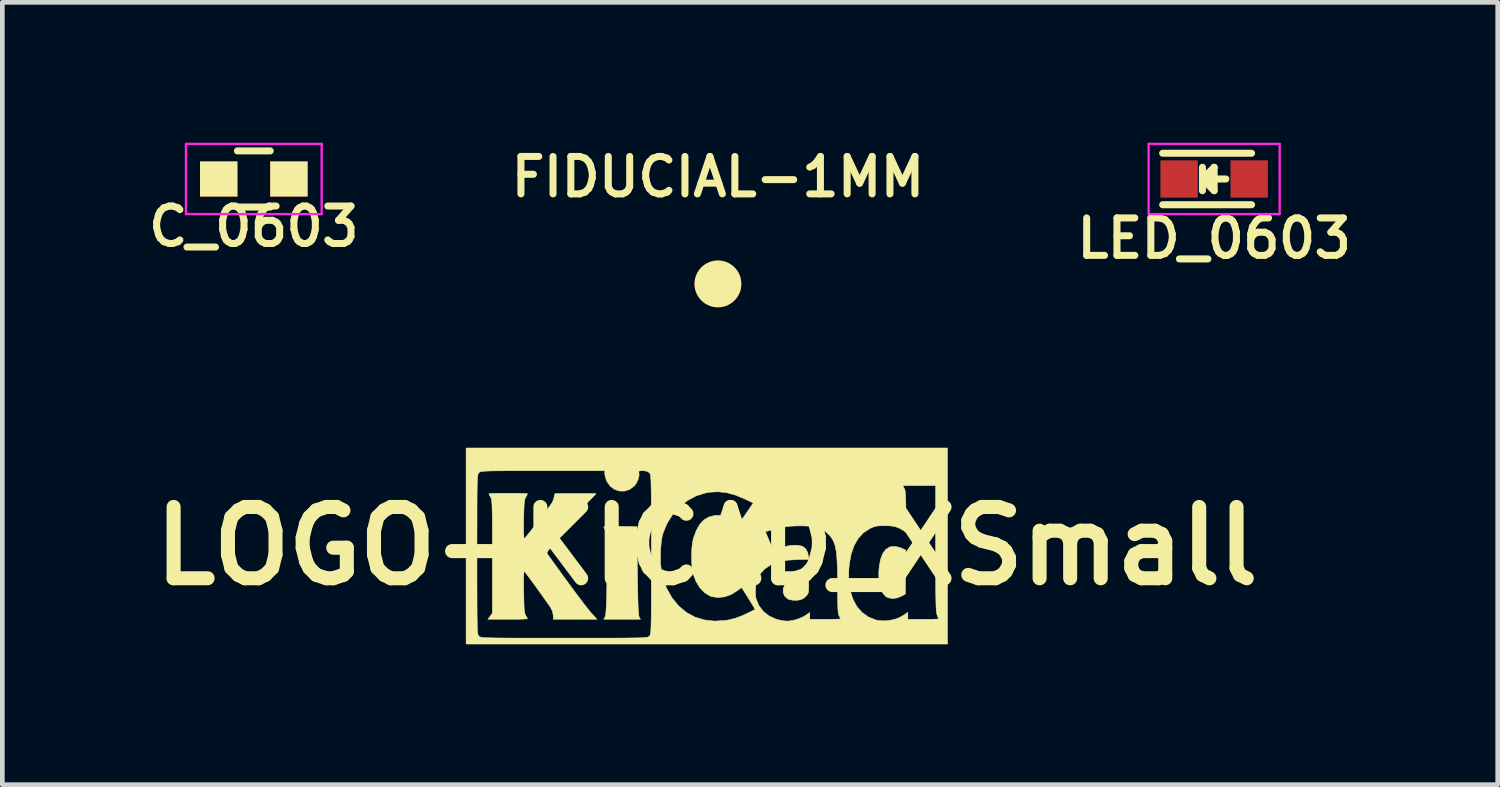
<source format=kicad_pcb>
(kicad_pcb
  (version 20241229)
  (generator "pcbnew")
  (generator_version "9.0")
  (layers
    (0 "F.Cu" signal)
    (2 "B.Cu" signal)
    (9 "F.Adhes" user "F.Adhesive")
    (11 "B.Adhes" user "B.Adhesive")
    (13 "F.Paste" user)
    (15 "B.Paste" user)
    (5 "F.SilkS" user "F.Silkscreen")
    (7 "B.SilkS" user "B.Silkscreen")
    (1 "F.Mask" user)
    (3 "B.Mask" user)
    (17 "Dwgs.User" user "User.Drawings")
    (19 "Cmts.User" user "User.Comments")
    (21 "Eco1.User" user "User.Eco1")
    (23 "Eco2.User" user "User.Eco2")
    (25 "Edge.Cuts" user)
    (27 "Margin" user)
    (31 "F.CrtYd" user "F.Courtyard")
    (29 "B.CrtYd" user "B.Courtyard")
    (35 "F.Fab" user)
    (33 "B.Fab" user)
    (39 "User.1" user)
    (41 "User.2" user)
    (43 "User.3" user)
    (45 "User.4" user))
  (footprint "FIDUCIAL-1MM"
    (layer "F.Cu")
    (at 12.292 3.017)
    (property "Reference" "FIDUCIAL-1MM" (at 0 -2.286 0) (layer "F.SilkS") (effects (font (size 0.8 0.8) (thickness 0.15))))
    (attr exclude_from_pos_files exclude_from_bom)
    (pad "~" smd circle (at 0 0) (size 1 1) (layers "F.Cu" "F.Mask" "F.SilkS")))
  (footprint "C_0603"
    (layer "F.Cu")
    (at 2.374 0.775)
    (property "Reference" "C_0603" (at 0 1.016 0) (layer "F.SilkS") (effects (font (size 0.8 0.8) (thickness 0.15))))
    (attr smd)
    (fp_line (start -0.35 -0.6) (end 0.35 -0.6) (stroke (width 0.15) (type solid)) (layer "F.SilkS"))
    (fp_line (start 0.35 0.6) (end -0.35 0.6) (stroke (width 0.15) (type solid)) (layer "F.SilkS"))
    (fp_line (start -1.45 -0.75) (end -1.45 0.75) (stroke (width 0.05) (type solid)) (layer "F.CrtYd"))
    (fp_line (start -1.45 -0.75) (end 1.45 -0.75) (stroke (width 0.05) (type solid)) (layer "F.CrtYd"))
    (fp_line (start -1.45 0.75) (end 1.45 0.75) (stroke (width 0.05) (type solid)) (layer "F.CrtYd"))
    (fp_line (start 1.45 -0.75) (end 1.45 0.75) (stroke (width 0.05) (type solid)) (layer "F.CrtYd"))
    (pad "1" smd rect (at -0.75 0) (size 0.8 0.75) (layers "F.Cu" "F.Mask" "F.SilkS" "F.Paste"))
    (pad "2" smd rect (at 0.75 0) (size 0.8 0.75) (layers "F.Cu" "F.Mask" "F.SilkS" "F.Paste")))
  (footprint "LED_0603"
    (layer "F.Cu")
    (at 22.896 0.775)
    (property "Reference" "LED_0603" (at 0 1.27 0) (layer "F.SilkS") (effects (font (size 0.8 0.8) (thickness 0.15))))
    (attr smd)
    (fp_line (start -1.1 -0.55) (end 0.8 -0.55) (stroke (width 0.15) (type solid)) (layer "F.SilkS"))
    (fp_line (start -1.1 0.55) (end 0.8 0.55) (stroke (width 0.15) (type solid)) (layer "F.SilkS"))
    (fp_line (start -0.25 -0.25) (end -0.25 0.25) (stroke (width 0.15) (type solid)) (layer "F.SilkS"))
    (fp_line (start -0.25 0) (end 0 -0.25) (stroke (width 0.15) (type solid)) (layer "F.SilkS"))
    (fp_line (start -0.2 0) (end 0.25 0) (stroke (width 0.15) (type solid)) (layer "F.SilkS"))
    (fp_line (start 0 -0.25) (end 0 0.25) (stroke (width 0.15) (type solid)) (layer "F.SilkS"))
    (fp_line (start 0 0.25) (end -0.25 0) (stroke (width 0.15) (type solid)) (layer "F.SilkS"))
    (fp_line (start -1.4 -0.75) (end 1.4 -0.75) (stroke (width 0.05) (type solid)) (layer "F.CrtYd"))
    (fp_line (start -1.4 0.75) (end -1.4 -0.75) (stroke (width 0.05) (type solid)) (layer "F.CrtYd"))
    (fp_line (start 1.4 -0.75) (end 1.4 0.75) (stroke (width 0.05) (type solid)) (layer "F.CrtYd"))
    (fp_line (start 1.4 0.75) (end -1.4 0.75) (stroke (width 0.05) (type solid)) (layer "F.CrtYd"))
    (pad "1" smd rect (at -0.749 0 180) (size 0.798 0.798) (layers "F.Cu" "F.Mask" "F.Paste"))
    (pad "2" smd rect (at 0.749 0 180) (size 0.798 0.798) (layers "F.Cu" "F.Mask" "F.Paste")))
  (footprint "LOGO-KICAD_XSmall"
    (layer "F.Cu")
    (at 12.054 8.618)
    (property "Reference" "LOGO-KICAD_XSmall" (at 0 0 0) (layer "F.SilkS") (effects (font (size 1.524 1.524) (thickness 0.3))))
    (attr through_hole)
    (fp_poly (pts (xy 4.125 0.031) (xy 4.178 0.053) (xy 4.255 0.09) (xy 4.244 1.025) (xy 4.159 1.073) (xy 4.062 1.111) (xy 3.961 1.122) (xy 3.871 1.104) (xy 3.823 1.078) (xy 3.752 0.995) (xy 3.704 0.879) (xy 3.678 0.73) (xy 3.676 0.55) (xy 3.684 0.448) (xy 3.712 0.286) (xy 3.76 0.161) (xy 3.826 0.072) (xy 3.91 0.02) (xy 4.01 0.006) (xy 4.125 0.031)) (stroke (width 0.01) (type solid)) (fill yes) (layer "F.SilkS"))
    (fp_poly (pts (xy 2.133 0.691) (xy 2.157 0.701) (xy 2.172 0.721) (xy 2.178 0.762) (xy 2.18 0.833) (xy 2.18 0.857) (xy 2.178 0.941) (xy 2.17 0.996) (xy 2.153 1.034) (xy 2.128 1.066) (xy 2.076 1.111) (xy 2.023 1.143) (xy 2.021 1.143) (xy 1.938 1.161) (xy 1.844 1.16) (xy 1.759 1.143) (xy 1.731 1.131) (xy 1.665 1.074) (xy 1.632 0.998) (xy 1.632 0.913) (xy 1.667 0.83) (xy 1.684 0.806) (xy 1.756 0.749) (xy 1.854 0.707) (xy 1.965 0.683) (xy 2.075 0.681) (xy 2.133 0.691)) (stroke (width 0.01) (type solid)) (fill yes) (layer "F.SilkS"))
    (fp_poly (pts (xy -1.847 -0.419) (xy -1.492 -0.413) (xy -1.482 0.529) (xy -1.479 0.77) (xy -1.475 0.971) (xy -1.472 1.136) (xy -1.468 1.268) (xy -1.463 1.369) (xy -1.458 1.442) (xy -1.452 1.49) (xy -1.445 1.516) (xy -1.444 1.519) (xy -1.417 1.566) (xy -2.202 1.566) (xy -2.17 1.504) (xy -2.161 1.466) (xy -2.154 1.391) (xy -2.148 1.286) (xy -2.143 1.155) (xy -2.139 1.005) (xy -2.136 0.841) (xy -2.135 0.668) (xy -2.135 0.493) (xy -2.136 0.321) (xy -2.139 0.157) (xy -2.142 0.007) (xy -2.147 -0.123) (xy -2.153 -0.228) (xy -2.161 -0.301) (xy -2.169 -0.338) (xy -2.17 -0.339) (xy -2.192 -0.382) (xy -2.201 -0.408) (xy -2.181 -0.413) (xy -2.126 -0.417) (xy -2.042 -0.419) (xy -1.937 -0.419) (xy -1.847 -0.419)) (stroke (width 0.01) (type solid)) (fill yes) (layer "F.SilkS"))
    (fp_poly (pts (xy -4.158 -1.127) (xy -4.05 -1.126) (xy -3.956 -1.124) (xy -3.883 -1.122) (xy -3.84 -1.118) (xy -3.831 -1.116) (xy -3.842 -1.088) (xy -3.867 -1.044) (xy -3.868 -1.043) (xy -3.881 -1.017) (xy -3.891 -0.983) (xy -3.899 -0.932) (xy -3.904 -0.86) (xy -3.908 -0.76) (xy -3.911 -0.627) (xy -3.912 -0.562) (xy -3.914 -0.399) (xy -3.913 -0.278) (xy -3.909 -0.198) (xy -3.903 -0.161) (xy -3.898 -0.159) (xy -3.866 -0.195) (xy -3.815 -0.257) (xy -3.749 -0.339) (xy -3.674 -0.435) (xy -3.594 -0.538) (xy -3.515 -0.641) (xy -3.442 -0.738) (xy -3.379 -0.823) (xy -3.331 -0.89) (xy -3.303 -0.931) (xy -3.301 -0.936) (xy -3.274 -0.999) (xy -3.26 -1.058) (xy -3.26 -1.068) (xy -3.249 -1.111) (xy -3.228 -1.122) (xy -3.197 -1.122) (xy -3.132 -1.123) (xy -3.042 -1.123) (xy -2.934 -1.123) (xy -2.818 -1.123) (xy -2.7 -1.123) (xy -2.589 -1.123) (xy -2.493 -1.123) (xy -2.42 -1.123) (xy -2.378 -1.122) (xy -2.372 -1.122) (xy -2.376 -1.109) (xy -2.406 -1.074) (xy -2.455 -1.025) (xy -2.467 -1.013) (xy -2.509 -0.969) (xy -2.573 -0.898) (xy -2.655 -0.803) (xy -2.75 -0.69) (xy -2.854 -0.565) (xy -2.963 -0.432) (xy -3.004 -0.381) (xy -3.427 0.143) (xy -3.015 0.712) (xy -2.909 0.856) (xy -2.806 0.996) (xy -2.708 1.126) (xy -2.621 1.241) (xy -2.548 1.334) (xy -2.493 1.402) (xy -2.475 1.423) (xy -2.347 1.566) (xy -3.281 1.566) (xy -3.281 1.486) (xy -3.299 1.393) (xy -3.341 1.311) (xy -3.369 1.269) (xy -3.416 1.202) (xy -3.477 1.116) (xy -3.547 1.018) (xy -3.621 0.915) (xy -3.695 0.813) (xy -3.765 0.718) (xy -3.825 0.637) (xy -3.87 0.576) (xy -3.897 0.543) (xy -3.899 0.54) (xy -3.906 0.553) (xy -3.91 0.605) (xy -3.913 0.694) (xy -3.914 0.817) (xy -3.912 0.971) (xy -3.912 0.975) (xy -3.909 1.129) (xy -3.906 1.247) (xy -3.902 1.335) (xy -3.896 1.397) (xy -3.888 1.44) (xy -3.878 1.471) (xy -3.868 1.487) (xy -3.842 1.53) (xy -3.831 1.555) (xy -3.831 1.555) (xy -3.851 1.558) (xy -3.907 1.561) (xy -3.993 1.564) (xy -4.102 1.566) (xy -4.228 1.566) (xy -4.255 1.566) (xy -4.679 1.566) (xy -4.631 1.501) (xy -4.583 1.436) (xy -4.583 0.225) (xy -4.583 -0.032) (xy -4.583 -0.251) (xy -4.583 -0.434) (xy -4.584 -0.584) (xy -4.586 -0.706) (xy -4.588 -0.803) (xy -4.59 -0.877) (xy -4.594 -0.934) (xy -4.598 -0.975) (xy -4.604 -1.004) (xy -4.611 -1.025) (xy -4.619 -1.041) (xy -4.624 -1.049) (xy -4.648 -1.091) (xy -4.656 -1.116) (xy -4.655 -1.117) (xy -4.63 -1.121) (xy -4.571 -1.124) (xy -4.486 -1.126) (xy -4.384 -1.127) (xy -4.272 -1.127) (xy -4.158 -1.127)) (stroke (width 0.01) (type solid)) (fill yes) (layer "F.SilkS"))
    (fp_poly (pts (xy 5.144 2.095) (xy -5.144 2.095) (xy -5.144 0.18) (xy -4.911 0.18) (xy -4.911 0.488) (xy -4.911 0.757) (xy -4.91 0.989) (xy -4.91 1.187) (xy -4.909 1.354) (xy -4.908 1.493) (xy -4.906 1.606) (xy -4.904 1.696) (xy -4.902 1.766) (xy -4.898 1.819) (xy -4.895 1.858) (xy -4.89 1.885) (xy -4.884 1.903) (xy -4.878 1.915) (xy -4.871 1.924) (xy -4.868 1.926) (xy -4.86 1.934) (xy -4.849 1.94) (xy -4.833 1.946) (xy -4.81 1.951) (xy -4.775 1.955) (xy -4.728 1.958) (xy -4.664 1.961) (xy -4.581 1.963) (xy -4.477 1.965) (xy -4.349 1.966) (xy -4.194 1.967) (xy -4.008 1.968) (xy -3.791 1.968) (xy -3.538 1.968) (xy -3.248 1.968) (xy -3.048 1.968) (xy -2.733 1.968) (xy -2.457 1.968) (xy -2.218 1.968) (xy -2.013 1.968) (xy -1.84 1.967) (xy -1.695 1.966) (xy -1.576 1.964) (xy -1.481 1.963) (xy -1.406 1.96) (xy -1.348 1.957) (xy -1.306 1.953) (xy -1.276 1.949) (xy -1.256 1.944) (xy -1.242 1.938) (xy -1.233 1.931) (xy -1.228 1.926) (xy -1.22 1.918) (xy -1.213 1.907) (xy -1.208 1.891) (xy -1.203 1.866) (xy -1.199 1.831) (xy -1.195 1.782) (xy -1.192 1.717) (xy -1.19 1.633) (xy -1.188 1.527) (xy -1.187 1.395) (xy -1.186 1.237) (xy -1.186 1.047) (xy -1.186 0.825) (xy -1.185 0.567) (xy -1.185 0.358) (xy -0.989 0.358) (xy -0.967 0.56) (xy -0.921 0.745) (xy -0.858 0.904) (xy -0.741 1.11) (xy -0.6 1.282) (xy -0.437 1.418) (xy -0.254 1.518) (xy -0.052 1.58) (xy 0.167 1.605) (xy 0.402 1.59) (xy 0.48 1.577) (xy 0.622 1.539) (xy 0.777 1.48) (xy 0.84 1.45) (xy 1.035 1.354) (xy 0.895 1.127) (xy 0.842 1.04) (xy 0.805 0.982) (xy 1.04 0.982) (xy 1.047 1.091) (xy 1.056 1.136) (xy 1.115 1.275) (xy 1.208 1.396) (xy 1.329 1.493) (xy 1.472 1.56) (xy 1.542 1.579) (xy 1.641 1.598) (xy 1.718 1.605) (xy 1.79 1.599) (xy 1.877 1.581) (xy 1.895 1.576) (xy 1.983 1.547) (xy 2.069 1.507) (xy 2.111 1.482) (xy 2.201 1.419) (xy 2.201 1.566) (xy 2.529 1.566) (xy 2.642 1.566) (xy 2.738 1.564) (xy 2.81 1.562) (xy 2.851 1.56) (xy 2.857 1.558) (xy 2.849 1.536) (xy 2.827 1.492) (xy 2.826 1.489) (xy 2.816 1.464) (xy 2.809 1.425) (xy 2.803 1.368) (xy 2.799 1.289) (xy 2.796 1.182) (xy 2.795 1.044) (xy 2.794 0.868) (xy 2.794 0.847) (xy 2.793 0.618) (xy 2.791 0.519) (xy 3.034 0.519) (xy 3.035 0.747) (xy 3.065 0.953) (xy 3.123 1.136) (xy 3.208 1.293) (xy 3.319 1.42) (xy 3.453 1.516) (xy 3.609 1.579) (xy 3.648 1.588) (xy 3.76 1.599) (xy 3.887 1.592) (xy 4.008 1.569) (xy 4.081 1.544) (xy 4.153 1.509) (xy 4.219 1.47) (xy 4.234 1.46) (xy 4.297 1.415) (xy 4.297 1.566) (xy 4.625 1.566) (xy 4.737 1.566) (xy 4.833 1.565) (xy 4.905 1.562) (xy 4.946 1.56) (xy 4.953 1.558) (xy 4.946 1.536) (xy 4.927 1.489) (xy 4.921 1.474) (xy 4.915 1.454) (xy 4.909 1.424) (xy 4.904 1.381) (xy 4.9 1.322) (xy 4.897 1.244) (xy 4.895 1.145) (xy 4.893 1.02) (xy 4.891 0.867) (xy 4.89 0.683) (xy 4.89 0.464) (xy 4.89 0.208) (xy 4.889 0.054) (xy 4.889 -1.291) (xy 4.19 -1.291) (xy 4.222 -1.229) (xy 4.234 -1.198) (xy 4.242 -1.154) (xy 4.248 -1.09) (xy 4.252 -1.001) (xy 4.254 -0.881) (xy 4.255 -0.73) (xy 4.255 -0.293) (xy 4.196 -0.334) (xy 4.111 -0.383) (xy 4.022 -0.414) (xy 3.916 -0.43) (xy 3.799 -0.434) (xy 3.7 -0.432) (xy 3.628 -0.425) (xy 3.568 -0.409) (xy 3.504 -0.382) (xy 3.489 -0.375) (xy 3.35 -0.285) (xy 3.236 -0.162) (xy 3.147 -0.007) (xy 3.083 0.181) (xy 3.044 0.403) (xy 3.034 0.519) (xy 2.791 0.519) (xy 2.789 0.428) (xy 2.781 0.27) (xy 2.77 0.141) (xy 2.752 0.036) (xy 2.729 -0.05) (xy 2.699 -0.12) (xy 2.661 -0.181) (xy 2.615 -0.236) (xy 2.591 -0.26) (xy 2.511 -0.326) (xy 2.425 -0.374) (xy 2.324 -0.406) (xy 2.201 -0.424) (xy 2.046 -0.43) (xy 2 -0.43) (xy 1.869 -0.428) (xy 1.764 -0.421) (xy 1.668 -0.409) (xy 1.566 -0.387) (xy 1.489 -0.368) (xy 1.253 -0.307) (xy 1.338 -0.103) (xy 1.422 0.101) (xy 1.55 0.049) (xy 1.645 0.018) (xy 1.753 -0.006) (xy 1.823 -0.015) (xy 1.95 -0.016) (xy 2.046 0.007) (xy 2.112 0.057) (xy 2.155 0.136) (xy 2.171 0.206) (xy 2.184 0.287) (xy 1.965 0.289) (xy 1.732 0.303) (xy 1.532 0.341) (xy 1.366 0.405) (xy 1.232 0.494) (xy 1.13 0.608) (xy 1.095 0.667) (xy 1.065 0.753) (xy 1.046 0.864) (xy 1.04 0.982) (xy 0.805 0.982) (xy 0.796 0.968) (xy 0.764 0.916) (xy 0.749 0.892) (xy 0.749 0.892) (xy 0.73 0.899) (xy 0.69 0.927) (xy 0.659 0.95) (xy 0.525 1.035) (xy 0.383 1.086) (xy 0.241 1.102) (xy 0.107 1.082) (xy 0.068 1.068) (xy -0.047 0.998) (xy -0.148 0.893) (xy -0.231 0.758) (xy -0.291 0.6) (xy -0.298 0.572) (xy -0.315 0.468) (xy -0.325 0.339) (xy -0.326 0.198) (xy -0.32 0.059) (xy -0.307 -0.066) (xy -0.288 -0.158) (xy -0.226 -0.329) (xy -0.151 -0.462) (xy -0.062 -0.558) (xy 0.045 -0.621) (xy 0.172 -0.652) (xy 0.254 -0.656) (xy 0.399 -0.641) (xy 0.527 -0.591) (xy 0.609 -0.537) (xy 0.658 -0.506) (xy 0.693 -0.497) (xy 0.699 -0.5) (xy 0.718 -0.524) (xy 0.755 -0.575) (xy 0.805 -0.646) (xy 0.855 -0.719) (xy 0.993 -0.919) (xy 0.82 -1.001) (xy 0.615 -1.087) (xy 0.426 -1.139) (xy 0.245 -1.159) (xy 0.062 -1.149) (xy -0.032 -1.132) (xy -0.231 -1.069) (xy -0.417 -0.969) (xy -0.584 -0.836) (xy -0.729 -0.673) (xy -0.847 -0.486) (xy -0.934 -0.277) (xy -0.941 -0.254) (xy -0.958 -0.18) (xy -0.973 -0.076) (xy -0.984 0.046) (xy -0.989 0.128) (xy -0.989 0.358) (xy -1.185 0.358) (xy -1.185 0.27) (xy -1.185 0.18) (xy -1.185 -0.128) (xy -1.185 -0.397) (xy -1.186 -0.629) (xy -1.186 -0.827) (xy -1.187 -0.994) (xy -1.188 -1.133) (xy -1.19 -1.246) (xy -1.192 -1.336) (xy -1.194 -1.406) (xy -1.198 -1.459) (xy -1.201 -1.498) (xy -1.206 -1.525) (xy -1.212 -1.543) (xy -1.218 -1.555) (xy -1.225 -1.564) (xy -1.228 -1.566) (xy -1.28 -1.598) (xy -1.359 -1.609) (xy -1.367 -1.609) (xy -1.425 -1.607) (xy -1.451 -1.598) (xy -1.453 -1.577) (xy -1.45 -1.567) (xy -1.447 -1.502) (xy -1.468 -1.421) (xy -1.506 -1.34) (xy -1.553 -1.279) (xy -1.651 -1.208) (xy -1.759 -1.173) (xy -1.869 -1.175) (xy -1.974 -1.211) (xy -2.065 -1.28) (xy -2.133 -1.375) (xy -2.161 -1.447) (xy -2.178 -1.516) (xy -2.18 -1.539) (xy -2.18 -1.609) (xy -3.503 -1.609) (xy -3.772 -1.609) (xy -4.003 -1.608) (xy -4.197 -1.608) (xy -4.358 -1.607) (xy -4.49 -1.606) (xy -4.596 -1.605) (xy -4.678 -1.602) (xy -4.741 -1.599) (xy -4.786 -1.595) (xy -4.818 -1.591) (xy -4.84 -1.585) (xy -4.854 -1.578) (xy -4.865 -1.57) (xy -4.868 -1.566) (xy -4.876 -1.558) (xy -4.883 -1.547) (xy -4.888 -1.531) (xy -4.893 -1.506) (xy -4.897 -1.471) (xy -4.901 -1.423) (xy -4.904 -1.357) (xy -4.906 -1.273) (xy -4.908 -1.167) (xy -4.909 -1.036) (xy -4.91 -0.877) (xy -4.91 -0.688) (xy -4.91 -0.465) (xy -4.911 -0.207) (xy -4.911 0.09) (xy -4.911 0.18) (xy -5.144 0.18) (xy -5.144 -2.095) (xy 5.144 -2.095) (xy 5.144 2.095)) (stroke (width 0.01) (type solid)) (fill yes) (layer "F.SilkS")))
  (gr_rect
    (start -3 -3)
    (end 28.956 13.718)
    (stroke (width 0.1) (type default))
    (fill no)
    (layer "Edge.Cuts")))
</source>
